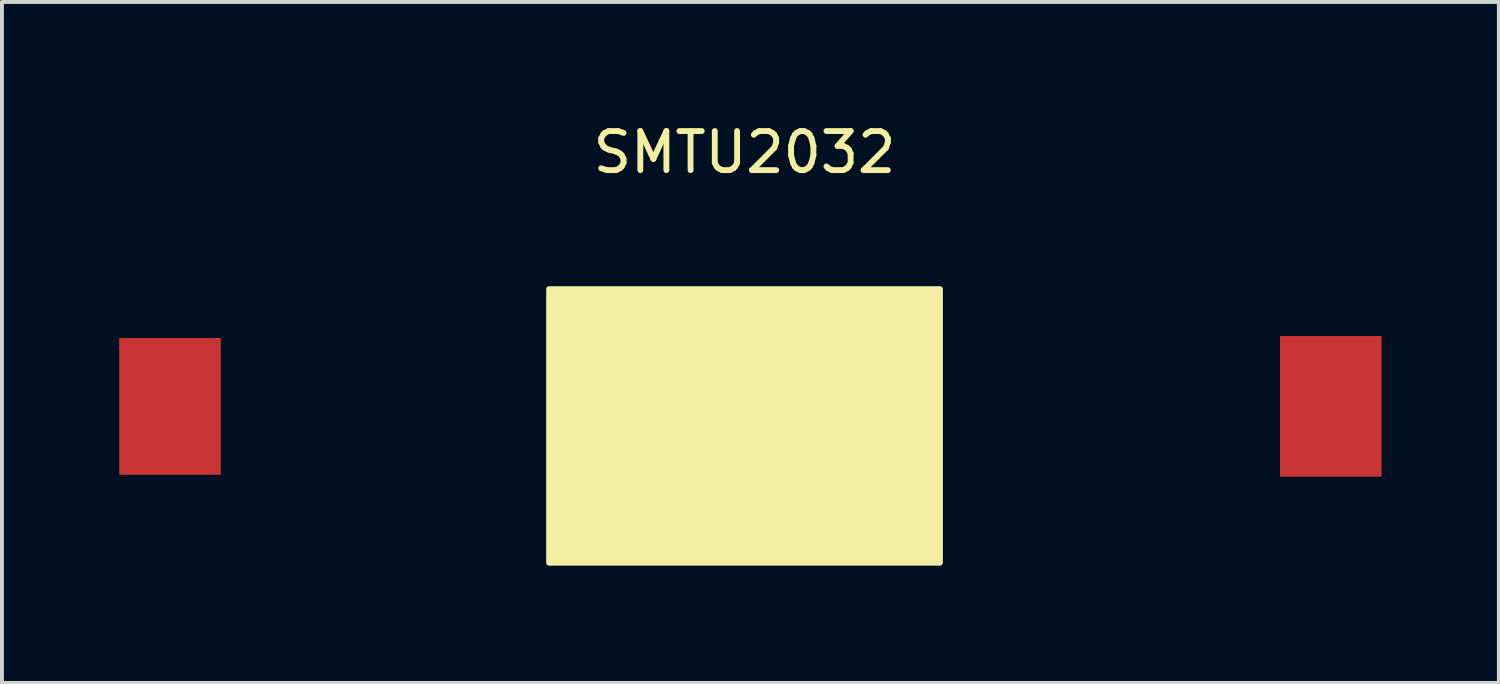
<source format=kicad_pcb>
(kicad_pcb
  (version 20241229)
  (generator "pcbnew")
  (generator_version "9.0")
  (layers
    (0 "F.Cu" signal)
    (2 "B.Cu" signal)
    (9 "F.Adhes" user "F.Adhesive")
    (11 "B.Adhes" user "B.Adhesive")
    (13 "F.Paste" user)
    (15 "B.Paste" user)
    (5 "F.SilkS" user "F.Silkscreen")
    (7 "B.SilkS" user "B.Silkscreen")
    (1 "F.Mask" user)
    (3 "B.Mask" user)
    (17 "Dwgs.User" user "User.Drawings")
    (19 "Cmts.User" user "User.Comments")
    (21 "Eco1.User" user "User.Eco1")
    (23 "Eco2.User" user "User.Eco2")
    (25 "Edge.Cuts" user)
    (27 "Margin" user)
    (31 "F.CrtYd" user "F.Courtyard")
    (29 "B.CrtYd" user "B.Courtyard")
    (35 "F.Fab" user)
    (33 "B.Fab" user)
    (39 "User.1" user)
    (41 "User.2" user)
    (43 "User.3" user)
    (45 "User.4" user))
  (footprint "SMTU2032"
    (layer "F.Cu")
    (at 16 0.348)
    (property "Reference" "SMTU2032" (at 0 0.5 0) (layer "F.SilkS") (effects (font (size 1 1) (thickness 0.15))))
    (attr through_hole)
    (fp_poly (pts (xy -5 4) (xy 5 4) (xy 5 11) (xy -5 11)) (stroke (width 0.15) (type solid)) (fill yes) (layer "F.SilkS"))
    (pad "1" smd trapezoid (at 15 7) (size 2.6 3.6) (layers "*.Mask" "F.Cu" "F.Paste"))
    (pad "2" smd trapezoid (at -14.7 7) (size 2.6 3.5) (layers "*.Mask" "F.Cu" "F.Paste")))
  (gr_rect
    (start -3 -3)
    (end 35.3 14.423)
    (stroke (width 0.1) (type default))
    (fill no)
    (layer "Edge.Cuts")))
</source>
